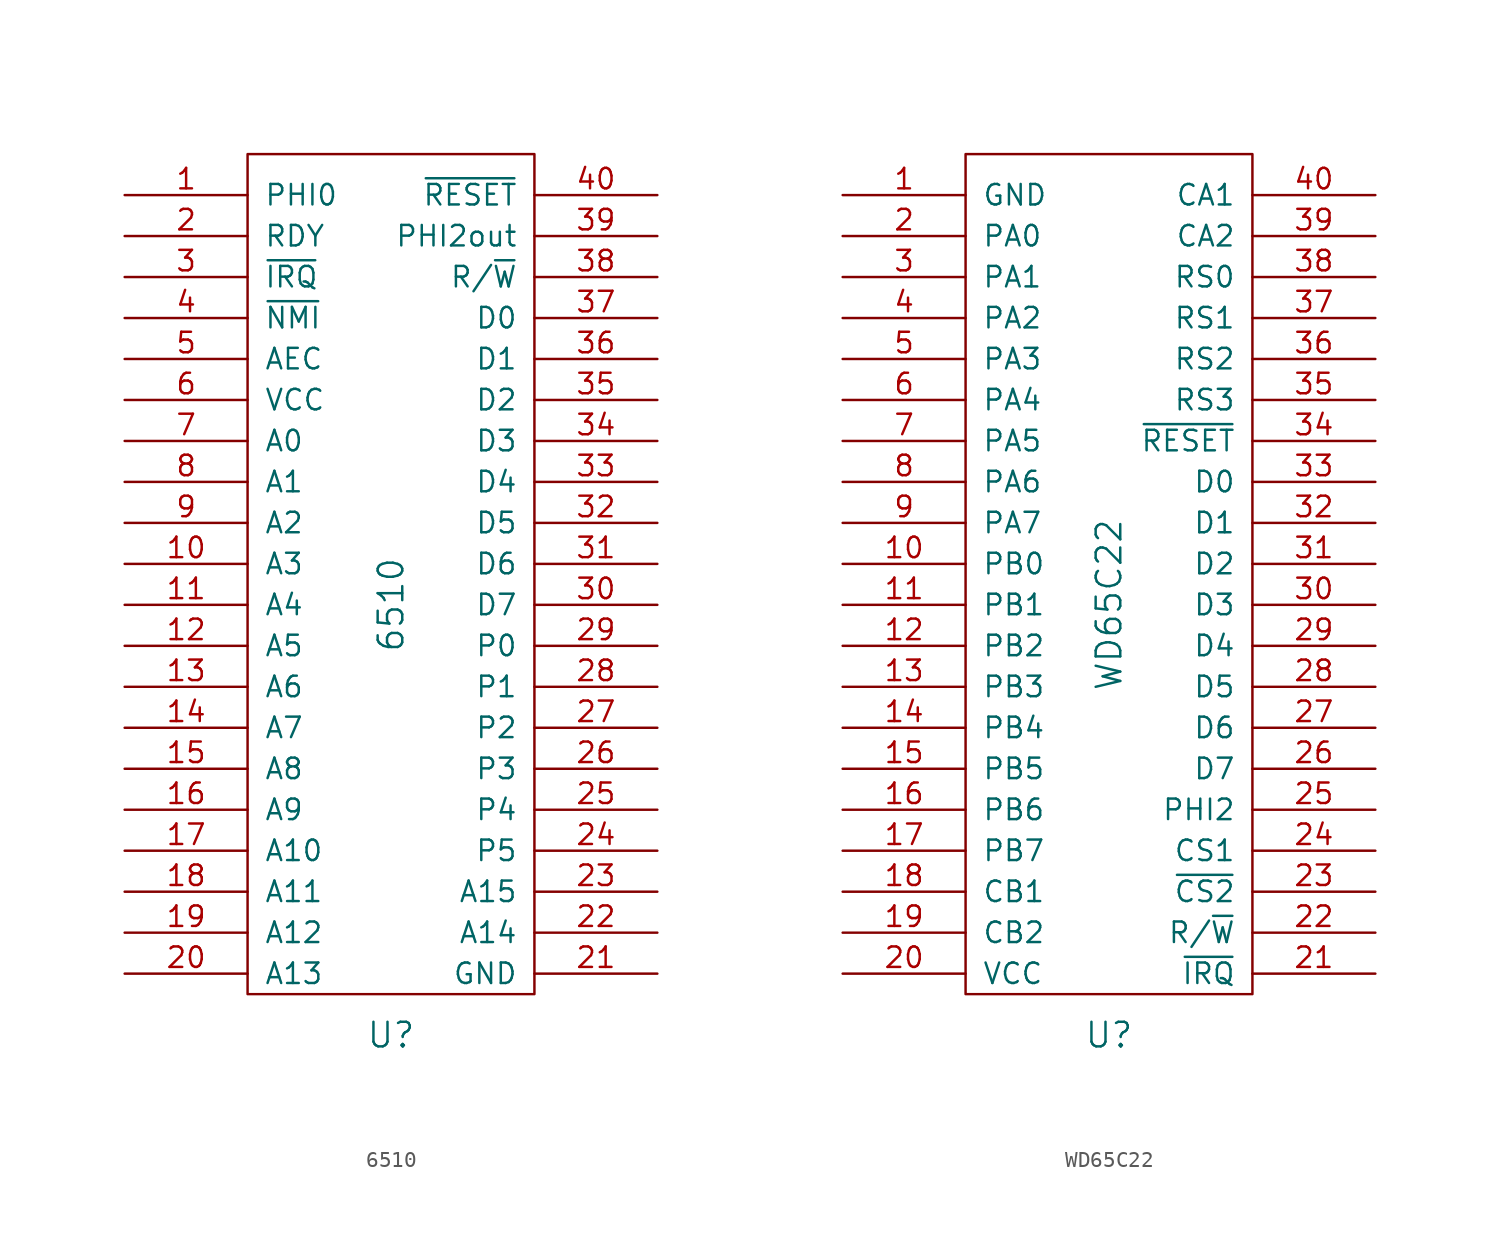
<source format=kicad_sym>
(kicad_symbol_lib
  (version 20211014)
  (generator kicad_symbol_editor)
  (symbol "6510"
    (pin_names
      (offset 1.016))
    (property "Reference" "U"
      (at 0 -29.21 0)
      (effects (font (size 1.524 1.524))))
    (property "Value" "6510"
      (at 0 -2.54 90)
      (effects (font (size 1.524 1.524))))
    (property "Footprint" ""
      (at -12.7 5.08 0)
      (effects (font (size 1.524 1.524))))
    (property "Datasheet" ""
      (at -12.7 5.08 0)
      (effects (font (size 1.524 1.524))))
    (symbol "6510_0_1"
      (rectangle (start -8.89 25.4) (end 8.89 -26.67) (stroke (width 0) (type default) (color 0 0 0 0)) (fill (type none))))
    (symbol "6510_1_1"
      (pin input line (at -16.51 22.86 0) (length 7.62) (name "PHI0" (effects (font (size 1.27 1.27)))) (number "1" (effects (font (size 1.27 1.27)))))
      (pin output line (at -16.51 0 0) (length 7.62) (name "A3" (effects (font (size 1.27 1.27)))) (number "10" (effects (font (size 1.27 1.27)))))
      (pin output line (at -16.51 -2.54 0) (length 7.62) (name "A4" (effects (font (size 1.27 1.27)))) (number "11" (effects (font (size 1.27 1.27)))))
      (pin output line (at -16.51 -5.08 0) (length 7.62) (name "A5" (effects (font (size 1.27 1.27)))) (number "12" (effects (font (size 1.27 1.27)))))
      (pin output line (at -16.51 -7.62 0) (length 7.62) (name "A6" (effects (font (size 1.27 1.27)))) (number "13" (effects (font (size 1.27 1.27)))))
      (pin output line (at -16.51 -10.16 0) (length 7.62) (name "A7" (effects (font (size 1.27 1.27)))) (number "14" (effects (font (size 1.27 1.27)))))
      (pin output line (at -16.51 -12.7 0) (length 7.62) (name "A8" (effects (font (size 1.27 1.27)))) (number "15" (effects (font (size 1.27 1.27)))))
      (pin output line (at -16.51 -15.24 0) (length 7.62) (name "A9" (effects (font (size 1.27 1.27)))) (number "16" (effects (font (size 1.27 1.27)))))
      (pin output line (at -16.51 -17.78 0) (length 7.62) (name "A10" (effects (font (size 1.27 1.27)))) (number "17" (effects (font (size 1.27 1.27)))))
      (pin output line (at -16.51 -20.32 0) (length 7.62) (name "A11" (effects (font (size 1.27 1.27)))) (number "18" (effects (font (size 1.27 1.27)))))
      (pin output line (at -16.51 -22.86 0) (length 7.62) (name "A12" (effects (font (size 1.27 1.27)))) (number "19" (effects (font (size 1.27 1.27)))))
      (pin bidirectional line (at -16.51 20.32 0) (length 7.62) (name "RDY" (effects (font (size 1.27 1.27)))) (number "2" (effects (font (size 1.27 1.27)))))
      (pin output line (at -16.51 -25.4 0) (length 7.62) (name "A13" (effects (font (size 1.27 1.27)))) (number "20" (effects (font (size 1.27 1.27)))))
      (pin power_in line (at 16.51 -25.4 180) (length 7.62) (name "GND" (effects (font (size 1.27 1.27)))) (number "21" (effects (font (size 1.27 1.27)))))
      (pin output line (at 16.51 -22.86 180) (length 7.62) (name "A14" (effects (font (size 1.27 1.27)))) (number "22" (effects (font (size 1.27 1.27)))))
      (pin output line (at 16.51 -20.32 180) (length 7.62) (name "A15" (effects (font (size 1.27 1.27)))) (number "23" (effects (font (size 1.27 1.27)))))
      (pin bidirectional line (at 16.51 -17.78 180) (length 7.62) (name "P5" (effects (font (size 1.27 1.27)))) (number "24" (effects (font (size 1.27 1.27)))))
      (pin bidirectional line (at 16.51 -15.24 180) (length 7.62) (name "P4" (effects (font (size 1.27 1.27)))) (number "25" (effects (font (size 1.27 1.27)))))
      (pin bidirectional line (at 16.51 -12.7 180) (length 7.62) (name "P3" (effects (font (size 1.27 1.27)))) (number "26" (effects (font (size 1.27 1.27)))))
      (pin bidirectional line (at 16.51 -10.16 180) (length 7.62) (name "P2" (effects (font (size 1.27 1.27)))) (number "27" (effects (font (size 1.27 1.27)))))
      (pin bidirectional line (at 16.51 -7.62 180) (length 7.62) (name "P1" (effects (font (size 1.27 1.27)))) (number "28" (effects (font (size 1.27 1.27)))))
      (pin bidirectional line (at 16.51 -5.08 180) (length 7.62) (name "P0" (effects (font (size 1.27 1.27)))) (number "29" (effects (font (size 1.27 1.27)))))
      (pin input line (at -16.51 17.78 0) (length 7.62) (name "~{IRQ}" (effects (font (size 1.27 1.27)))) (number "3" (effects (font (size 1.27 1.27)))))
      (pin bidirectional line (at 16.51 -2.54 180) (length 7.62) (name "D7" (effects (font (size 1.27 1.27)))) (number "30" (effects (font (size 1.27 1.27)))))
      (pin bidirectional line (at 16.51 0 180) (length 7.62) (name "D6" (effects (font (size 1.27 1.27)))) (number "31" (effects (font (size 1.27 1.27)))))
      (pin bidirectional line (at 16.51 2.54 180) (length 7.62) (name "D5" (effects (font (size 1.27 1.27)))) (number "32" (effects (font (size 1.27 1.27)))))
      (pin bidirectional line (at 16.51 5.08 180) (length 7.62) (name "D4" (effects (font (size 1.27 1.27)))) (number "33" (effects (font (size 1.27 1.27)))))
      (pin bidirectional line (at 16.51 7.62 180) (length 7.62) (name "D3" (effects (font (size 1.27 1.27)))) (number "34" (effects (font (size 1.27 1.27)))))
      (pin bidirectional line (at 16.51 10.16 180) (length 7.62) (name "D2" (effects (font (size 1.27 1.27)))) (number "35" (effects (font (size 1.27 1.27)))))
      (pin bidirectional line (at 16.51 12.7 180) (length 7.62) (name "D1" (effects (font (size 1.27 1.27)))) (number "36" (effects (font (size 1.27 1.27)))))
      (pin bidirectional line (at 16.51 15.24 180) (length 7.62) (name "D0" (effects (font (size 1.27 1.27)))) (number "37" (effects (font (size 1.27 1.27)))))
      (pin output line (at 16.51 17.78 180) (length 7.62) (name "R/~{W}" (effects (font (size 1.27 1.27)))) (number "38" (effects (font (size 1.27 1.27)))))
      (pin output line (at 16.51 20.32 180) (length 7.62) (name "PHI2out" (effects (font (size 1.27 1.27)))) (number "39" (effects (font (size 1.27 1.27)))))
      (pin input line (at -16.51 15.24 0) (length 7.62) (name "~{NMI}" (effects (font (size 1.27 1.27)))) (number "4" (effects (font (size 1.27 1.27)))))
      (pin input line (at 16.51 22.86 180) (length 7.62) (name "~{RESET}" (effects (font (size 1.27 1.27)))) (number "40" (effects (font (size 1.27 1.27)))))
      (pin input line (at -16.51 12.7 0) (length 7.62) (name "AEC" (effects (font (size 1.27 1.27)))) (number "5" (effects (font (size 1.27 1.27)))))
      (pin power_in line (at -16.51 10.16 0) (length 7.62) (name "VCC" (effects (font (size 1.27 1.27)))) (number "6" (effects (font (size 1.27 1.27)))))
      (pin output line (at -16.51 7.62 0) (length 7.62) (name "A0" (effects (font (size 1.27 1.27)))) (number "7" (effects (font (size 1.27 1.27)))))
      (pin output line (at -16.51 5.08 0) (length 7.62) (name "A1" (effects (font (size 1.27 1.27)))) (number "8" (effects (font (size 1.27 1.27)))))
      (pin output line (at -16.51 2.54 0) (length 7.62) (name "A2" (effects (font (size 1.27 1.27)))) (number "9" (effects (font (size 1.27 1.27)))))))
  (symbol "WD65C22"
    (pin_names
      (offset 1.016))
    (property "Reference" "U"
      (at 0 -29.21 0)
      (effects (font (size 1.524 1.524))))
    (property "Value" "WD65C22"
      (at 0 -2.54 90)
      (effects (font (size 1.524 1.524))))
    (property "Footprint" ""
      (at -12.7 5.08 0)
      (effects (font (size 1.524 1.524))))
    (property "Datasheet" ""
      (at -12.7 5.08 0)
      (effects (font (size 1.524 1.524))))
    (symbol "WD65C22_0_1"
      (rectangle (start -8.89 25.4) (end 8.89 -26.67) (stroke (width 0) (type default) (color 0 0 0 0)) (fill (type none))))
    (symbol "WD65C22_1_1"
      (pin output line (at -16.51 22.86 0) (length 7.62) (name "GND" (effects (font (size 1.27 1.27)))) (number "1" (effects (font (size 1.27 1.27)))))
      (pin bidirectional line (at -16.51 0 0) (length 7.62) (name "PB0" (effects (font (size 1.27 1.27)))) (number "10" (effects (font (size 1.27 1.27)))))
      (pin bidirectional line (at -16.51 -2.54 0) (length 7.62) (name "PB1" (effects (font (size 1.27 1.27)))) (number "11" (effects (font (size 1.27 1.27)))))
      (pin bidirectional line (at -16.51 -5.08 0) (length 7.62) (name "PB2" (effects (font (size 1.27 1.27)))) (number "12" (effects (font (size 1.27 1.27)))))
      (pin bidirectional line (at -16.51 -7.62 0) (length 7.62) (name "PB3" (effects (font (size 1.27 1.27)))) (number "13" (effects (font (size 1.27 1.27)))))
      (pin bidirectional line (at -16.51 -10.16 0) (length 7.62) (name "PB4" (effects (font (size 1.27 1.27)))) (number "14" (effects (font (size 1.27 1.27)))))
      (pin bidirectional line (at -16.51 -12.7 0) (length 7.62) (name "PB5" (effects (font (size 1.27 1.27)))) (number "15" (effects (font (size 1.27 1.27)))))
      (pin bidirectional line (at -16.51 -15.24 0) (length 7.62) (name "PB6" (effects (font (size 1.27 1.27)))) (number "16" (effects (font (size 1.27 1.27)))))
      (pin bidirectional line (at -16.51 -17.78 0) (length 7.62) (name "PB7" (effects (font (size 1.27 1.27)))) (number "17" (effects (font (size 1.27 1.27)))))
      (pin bidirectional line (at -16.51 -20.32 0) (length 7.62) (name "CB1" (effects (font (size 1.27 1.27)))) (number "18" (effects (font (size 1.27 1.27)))))
      (pin output line (at -16.51 -22.86 0) (length 7.62) (name "CB2" (effects (font (size 1.27 1.27)))) (number "19" (effects (font (size 1.27 1.27)))))
      (pin bidirectional line (at -16.51 20.32 0) (length 7.62) (name "PA0" (effects (font (size 1.27 1.27)))) (number "2" (effects (font (size 1.27 1.27)))))
      (pin power_in line (at -16.51 -25.4 0) (length 7.62) (name "VCC" (effects (font (size 1.27 1.27)))) (number "20" (effects (font (size 1.27 1.27)))))
      (pin output line (at 16.51 -25.4 180) (length 7.62) (name "~{IRQ}" (effects (font (size 1.27 1.27)))) (number "21" (effects (font (size 1.27 1.27)))))
      (pin input line (at 16.51 -22.86 180) (length 7.62) (name "R/~{W}" (effects (font (size 1.27 1.27)))) (number "22" (effects (font (size 1.27 1.27)))))
      (pin input line (at 16.51 -20.32 180) (length 7.62) (name "~{CS2}" (effects (font (size 1.27 1.27)))) (number "23" (effects (font (size 1.27 1.27)))))
      (pin input line (at 16.51 -17.78 180) (length 7.62) (name "CS1" (effects (font (size 1.27 1.27)))) (number "24" (effects (font (size 1.27 1.27)))))
      (pin input line (at 16.51 -15.24 180) (length 7.62) (name "PHI2" (effects (font (size 1.27 1.27)))) (number "25" (effects (font (size 1.27 1.27)))))
      (pin tri_state line (at 16.51 -12.7 180) (length 7.62) (name "D7" (effects (font (size 1.27 1.27)))) (number "26" (effects (font (size 1.27 1.27)))))
      (pin tri_state line (at 16.51 -10.16 180) (length 7.62) (name "D6" (effects (font (size 1.27 1.27)))) (number "27" (effects (font (size 1.27 1.27)))))
      (pin tri_state line (at 16.51 -7.62 180) (length 7.62) (name "D5" (effects (font (size 1.27 1.27)))) (number "28" (effects (font (size 1.27 1.27)))))
      (pin tri_state line (at 16.51 -5.08 180) (length 7.62) (name "D4" (effects (font (size 1.27 1.27)))) (number "29" (effects (font (size 1.27 1.27)))))
      (pin bidirectional line (at -16.51 17.78 0) (length 7.62) (name "PA1" (effects (font (size 1.27 1.27)))) (number "3" (effects (font (size 1.27 1.27)))))
      (pin tri_state line (at 16.51 -2.54 180) (length 7.62) (name "D3" (effects (font (size 1.27 1.27)))) (number "30" (effects (font (size 1.27 1.27)))))
      (pin tri_state line (at 16.51 0 180) (length 7.62) (name "D2" (effects (font (size 1.27 1.27)))) (number "31" (effects (font (size 1.27 1.27)))))
      (pin tri_state line (at 16.51 2.54 180) (length 7.62) (name "D1" (effects (font (size 1.27 1.27)))) (number "32" (effects (font (size 1.27 1.27)))))
      (pin tri_state line (at 16.51 5.08 180) (length 7.62) (name "D0" (effects (font (size 1.27 1.27)))) (number "33" (effects (font (size 1.27 1.27)))))
      (pin input line (at 16.51 7.62 180) (length 7.62) (name "~{RESET}" (effects (font (size 1.27 1.27)))) (number "34" (effects (font (size 1.27 1.27)))))
      (pin input line (at 16.51 10.16 180) (length 7.62) (name "RS3" (effects (font (size 1.27 1.27)))) (number "35" (effects (font (size 1.27 1.27)))))
      (pin input line (at 16.51 12.7 180) (length 7.62) (name "RS2" (effects (font (size 1.27 1.27)))) (number "36" (effects (font (size 1.27 1.27)))))
      (pin input line (at 16.51 15.24 180) (length 7.62) (name "RS1" (effects (font (size 1.27 1.27)))) (number "37" (effects (font (size 1.27 1.27)))))
      (pin input line (at 16.51 17.78 180) (length 7.62) (name "RS0" (effects (font (size 1.27 1.27)))) (number "38" (effects (font (size 1.27 1.27)))))
      (pin bidirectional line (at 16.51 20.32 180) (length 7.62) (name "CA2" (effects (font (size 1.27 1.27)))) (number "39" (effects (font (size 1.27 1.27)))))
      (pin bidirectional line (at -16.51 15.24 0) (length 7.62) (name "PA2" (effects (font (size 1.27 1.27)))) (number "4" (effects (font (size 1.27 1.27)))))
      (pin bidirectional line (at 16.51 22.86 180) (length 7.62) (name "CA1" (effects (font (size 1.27 1.27)))) (number "40" (effects (font (size 1.27 1.27)))))
      (pin bidirectional line (at -16.51 12.7 0) (length 7.62) (name "PA3" (effects (font (size 1.27 1.27)))) (number "5" (effects (font (size 1.27 1.27)))))
      (pin bidirectional line (at -16.51 10.16 0) (length 7.62) (name "PA4" (effects (font (size 1.27 1.27)))) (number "6" (effects (font (size 1.27 1.27)))))
      (pin bidirectional line (at -16.51 7.62 0) (length 7.62) (name "PA5" (effects (font (size 1.27 1.27)))) (number "7" (effects (font (size 1.27 1.27)))))
      (pin bidirectional line (at -16.51 5.08 0) (length 7.62) (name "PA6" (effects (font (size 1.27 1.27)))) (number "8" (effects (font (size 1.27 1.27)))))
      (pin bidirectional line (at -16.51 2.54 0) (length 7.62) (name "PA7" (effects (font (size 1.27 1.27)))) (number "9" (effects (font (size 1.27 1.27))))))))
</source>
